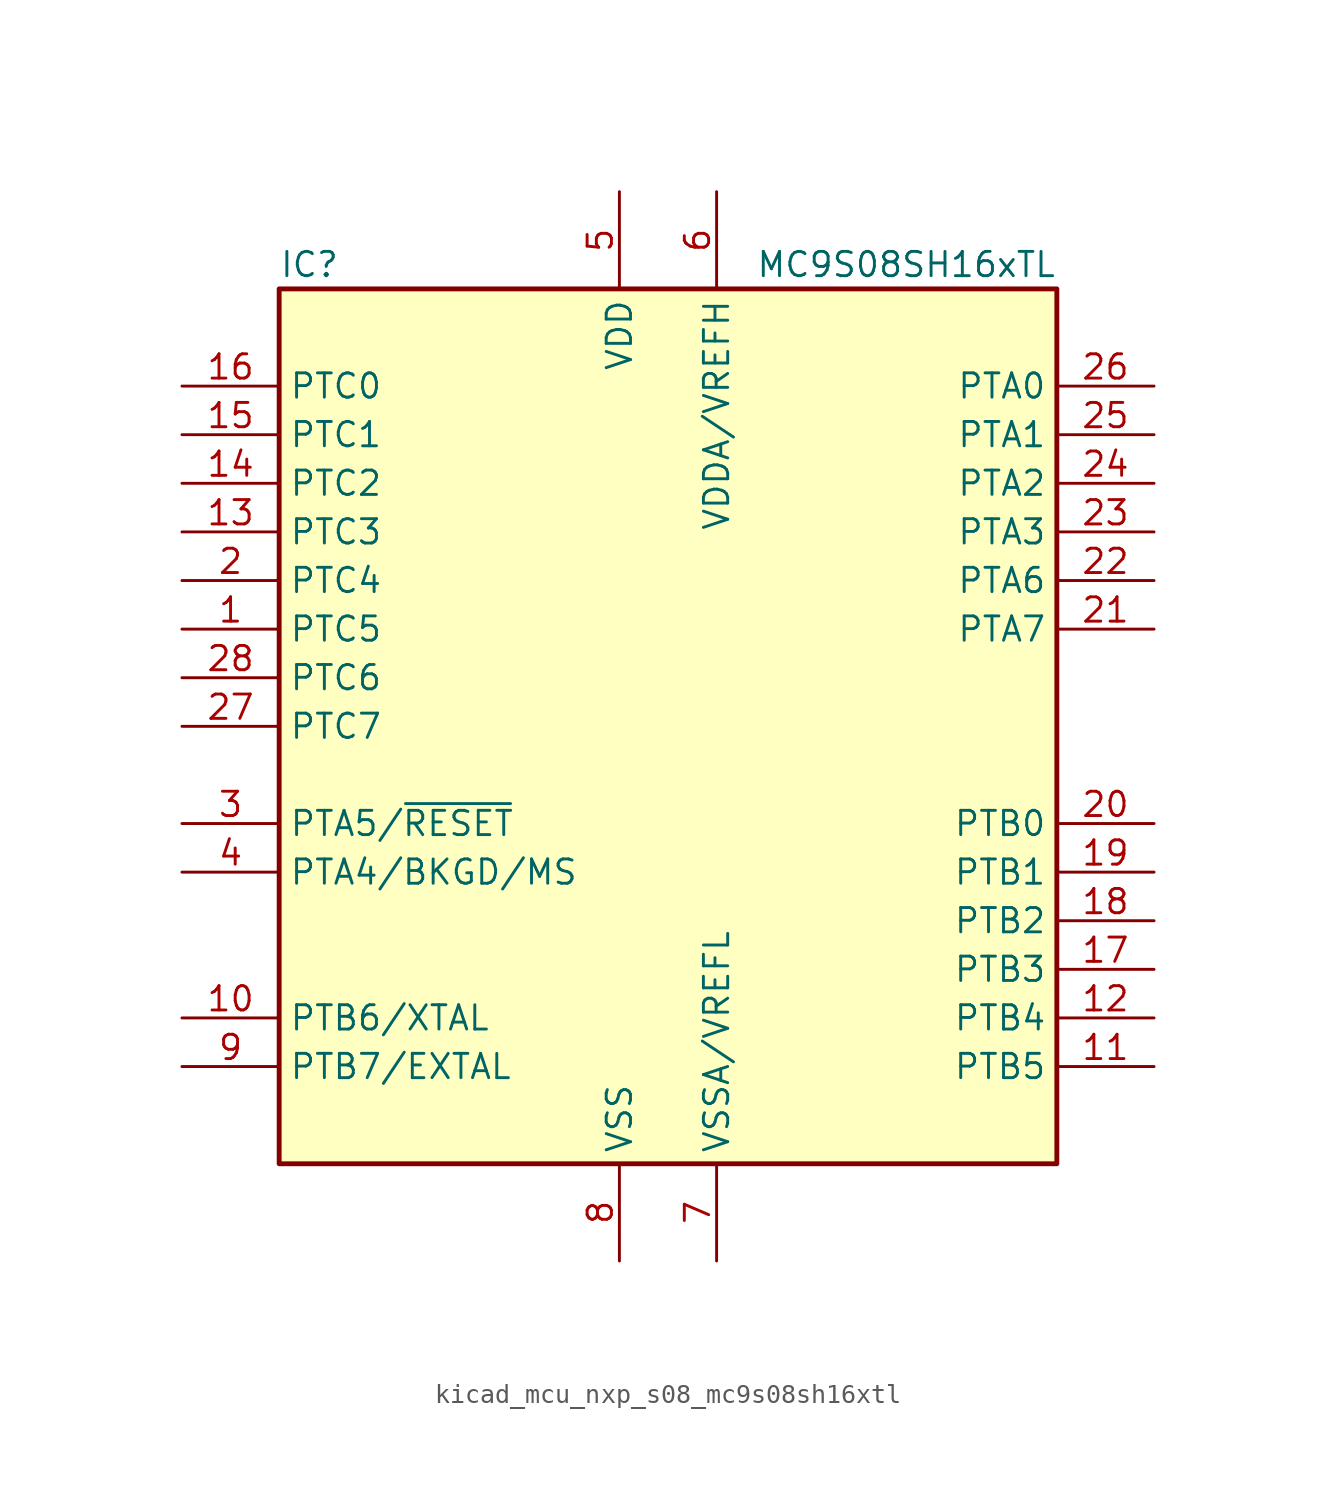
<source format=kicad_sym>
(kicad_symbol_lib
  (version 20220914)
  (generator kicad_symbol_editor)
  (symbol "kicad_mcu_nxp_s08_mc9s08sh16xtl"
    (property "Reference" "IC"
      (at -20.32 24.13 0)
      (effects (font (size 1.27 1.27)) (justify left)))
    (property "Value" "MC9S08SH16xTL"
      (at 20.32 24.13 0)
      (effects (font (size 1.27 1.27)) (justify right)))
    (symbol "kicad_mcu_nxp_s08_mc9s08sh16xtl_0_1"
      (rectangle (start -20.32 22.86) (end 20.32 -22.86) (stroke (width 0.254) (type default)) (fill (type background))))
    (symbol "kicad_mcu_nxp_s08_mc9s08sh16xtl_1_1"
      (pin bidirectional line (at -25.4 5.08 0) (length 5.08) (name "PTC5" (effects (font (size 1.27 1.27)))) (number "1" (effects (font (size 1.27 1.27)))))
      (pin bidirectional line (at -25.4 -15.24 0) (length 5.08) (name "PTB6/XTAL" (effects (font (size 1.27 1.27)))) (number "10" (effects (font (size 1.27 1.27)))))
      (pin bidirectional line (at 25.4 -17.78 180) (length 5.08) (name "PTB5" (effects (font (size 1.27 1.27)))) (number "11" (effects (font (size 1.27 1.27)))))
      (pin bidirectional line (at 25.4 -15.24 180) (length 5.08) (name "PTB4" (effects (font (size 1.27 1.27)))) (number "12" (effects (font (size 1.27 1.27)))))
      (pin bidirectional line (at -25.4 10.16 0) (length 5.08) (name "PTC3" (effects (font (size 1.27 1.27)))) (number "13" (effects (font (size 1.27 1.27)))))
      (pin bidirectional line (at -25.4 12.7 0) (length 5.08) (name "PTC2" (effects (font (size 1.27 1.27)))) (number "14" (effects (font (size 1.27 1.27)))))
      (pin bidirectional line (at -25.4 15.24 0) (length 5.08) (name "PTC1" (effects (font (size 1.27 1.27)))) (number "15" (effects (font (size 1.27 1.27)))))
      (pin bidirectional line (at -25.4 17.78 0) (length 5.08) (name "PTC0" (effects (font (size 1.27 1.27)))) (number "16" (effects (font (size 1.27 1.27)))))
      (pin bidirectional line (at 25.4 -12.7 180) (length 5.08) (name "PTB3" (effects (font (size 1.27 1.27)))) (number "17" (effects (font (size 1.27 1.27)))))
      (pin bidirectional line (at 25.4 -10.16 180) (length 5.08) (name "PTB2" (effects (font (size 1.27 1.27)))) (number "18" (effects (font (size 1.27 1.27)))))
      (pin bidirectional line (at 25.4 -7.62 180) (length 5.08) (name "PTB1" (effects (font (size 1.27 1.27)))) (number "19" (effects (font (size 1.27 1.27)))))
      (pin bidirectional line (at -25.4 7.62 0) (length 5.08) (name "PTC4" (effects (font (size 1.27 1.27)))) (number "2" (effects (font (size 1.27 1.27)))))
      (pin bidirectional line (at 25.4 -5.08 180) (length 5.08) (name "PTB0" (effects (font (size 1.27 1.27)))) (number "20" (effects (font (size 1.27 1.27)))))
      (pin bidirectional line (at 25.4 5.08 180) (length 5.08) (name "PTA7" (effects (font (size 1.27 1.27)))) (number "21" (effects (font (size 1.27 1.27)))))
      (pin bidirectional line (at 25.4 7.62 180) (length 5.08) (name "PTA6" (effects (font (size 1.27 1.27)))) (number "22" (effects (font (size 1.27 1.27)))))
      (pin bidirectional line (at 25.4 10.16 180) (length 5.08) (name "PTA3" (effects (font (size 1.27 1.27)))) (number "23" (effects (font (size 1.27 1.27)))))
      (pin bidirectional line (at 25.4 12.7 180) (length 5.08) (name "PTA2" (effects (font (size 1.27 1.27)))) (number "24" (effects (font (size 1.27 1.27)))))
      (pin bidirectional line (at 25.4 15.24 180) (length 5.08) (name "PTA1" (effects (font (size 1.27 1.27)))) (number "25" (effects (font (size 1.27 1.27)))))
      (pin bidirectional line (at 25.4 17.78 180) (length 5.08) (name "PTA0" (effects (font (size 1.27 1.27)))) (number "26" (effects (font (size 1.27 1.27)))))
      (pin bidirectional line (at -25.4 0 0) (length 5.08) (name "PTC7" (effects (font (size 1.27 1.27)))) (number "27" (effects (font (size 1.27 1.27)))))
      (pin bidirectional line (at -25.4 2.54 0) (length 5.08) (name "PTC6" (effects (font (size 1.27 1.27)))) (number "28" (effects (font (size 1.27 1.27)))))
      (pin bidirectional line (at -25.4 -5.08 0) (length 5.08) (name "PTA5/~{RESET}" (effects (font (size 1.27 1.27)))) (number "3" (effects (font (size 1.27 1.27)))))
      (pin bidirectional line (at -25.4 -7.62 0) (length 5.08) (name "PTA4/BKGD/MS" (effects (font (size 1.27 1.27)))) (number "4" (effects (font (size 1.27 1.27)))))
      (pin power_in line (at -2.54 27.94 270) (length 5.08) (name "VDD" (effects (font (size 1.27 1.27)))) (number "5" (effects (font (size 1.27 1.27)))))
      (pin power_in line (at 2.54 27.94 270) (length 5.08) (name "VDDA/VREFH" (effects (font (size 1.27 1.27)))) (number "6" (effects (font (size 1.27 1.27)))))
      (pin power_in line (at 2.54 -27.94 90) (length 5.08) (name "VSSA/VREFL" (effects (font (size 1.27 1.27)))) (number "7" (effects (font (size 1.27 1.27)))))
      (pin power_in line (at -2.54 -27.94 90) (length 5.08) (name "VSS" (effects (font (size 1.27 1.27)))) (number "8" (effects (font (size 1.27 1.27)))))
      (pin bidirectional line (at -25.4 -17.78 0) (length 5.08) (name "PTB7/EXTAL" (effects (font (size 1.27 1.27)))) (number "9" (effects (font (size 1.27 1.27))))))))
</source>
